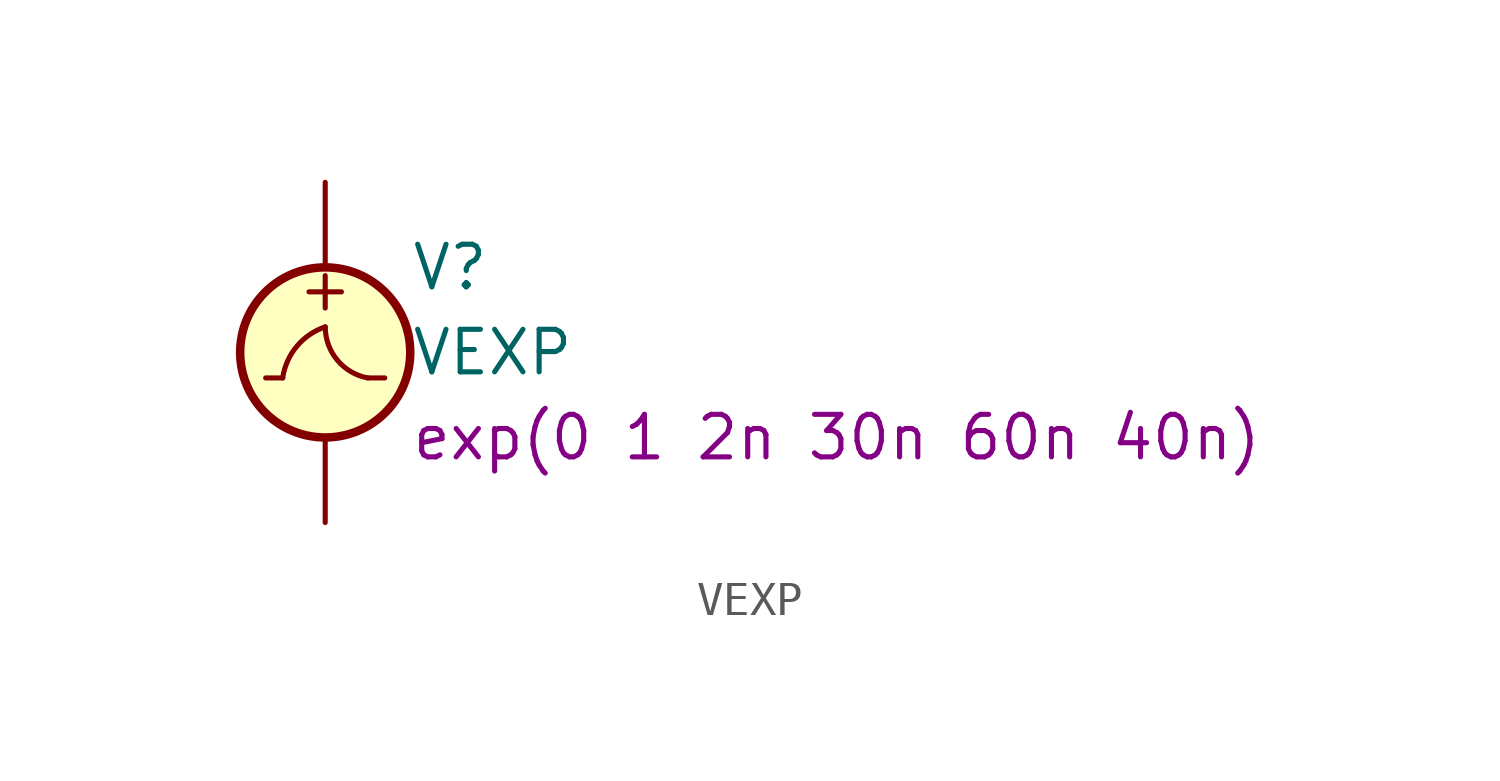
<source format=kicad_sym>
(kicad_symbol_lib
  (version 20231120)
  (generator "kicad_symbol_editor")
  (generator_version "8.0")
  (symbol "VEXP"
    (pin_numbers hide)
    (pin_names
      (offset 0.025))
    (property "Reference" "V"
      (at 2.54 2.54 0)
      (effects (font (size 1.27 1.27)) (justify left)))
    (property "Value" "VEXP"
      (at 2.54 0 0)
      (effects (font (size 1.27 1.27)) (justify left)))
    (property "Spice_Model" "exp(0 1 2n 30n 60n 40n)"
      (at 2.54 -2.54 0)
      (effects (font (size 1.27 1.27)) (justify left)))
    (symbol "VEXP_0_0"
      (polyline (pts (xy -1.27 -0.762) (xy -1.778 -0.762)) (stroke (width 0) (type default)) (fill (type none)))
      (polyline (pts (xy 1.27 -0.762) (xy 1.778 -0.762)) (stroke (width 0) (type default)) (fill (type none)))
      (arc (start 0 0.762) (mid -0.851 0.1794) (end -1.27 -0.762) (stroke (width 0) (type default)) (fill (type none)))
      (arc (start 0 0.762) (mid 0.3591 -0.2299) (end 1.27 -0.762) (stroke (width 0) (type default)) (fill (type none)))
      (text "+" (at 0 1.905 0) (effects (font (size 1.27 1.27)))))
    (symbol "VEXP_0_1"
      (circle (center 0 0) (radius 2.54) (stroke (width 0.254) (type default)) (fill (type background))))
    (symbol "VEXP_1_1"
      (pin passive line (at 0 5.08 270) (length 2.54) (name "~" (effects (font (size 1.27 1.27)))) (number "1" (effects (font (size 1.27 1.27)))))
      (pin passive line (at 0 -5.08 90) (length 2.54) (name "~" (effects (font (size 1.27 1.27)))) (number "2" (effects (font (size 1.27 1.27))))))))
</source>
